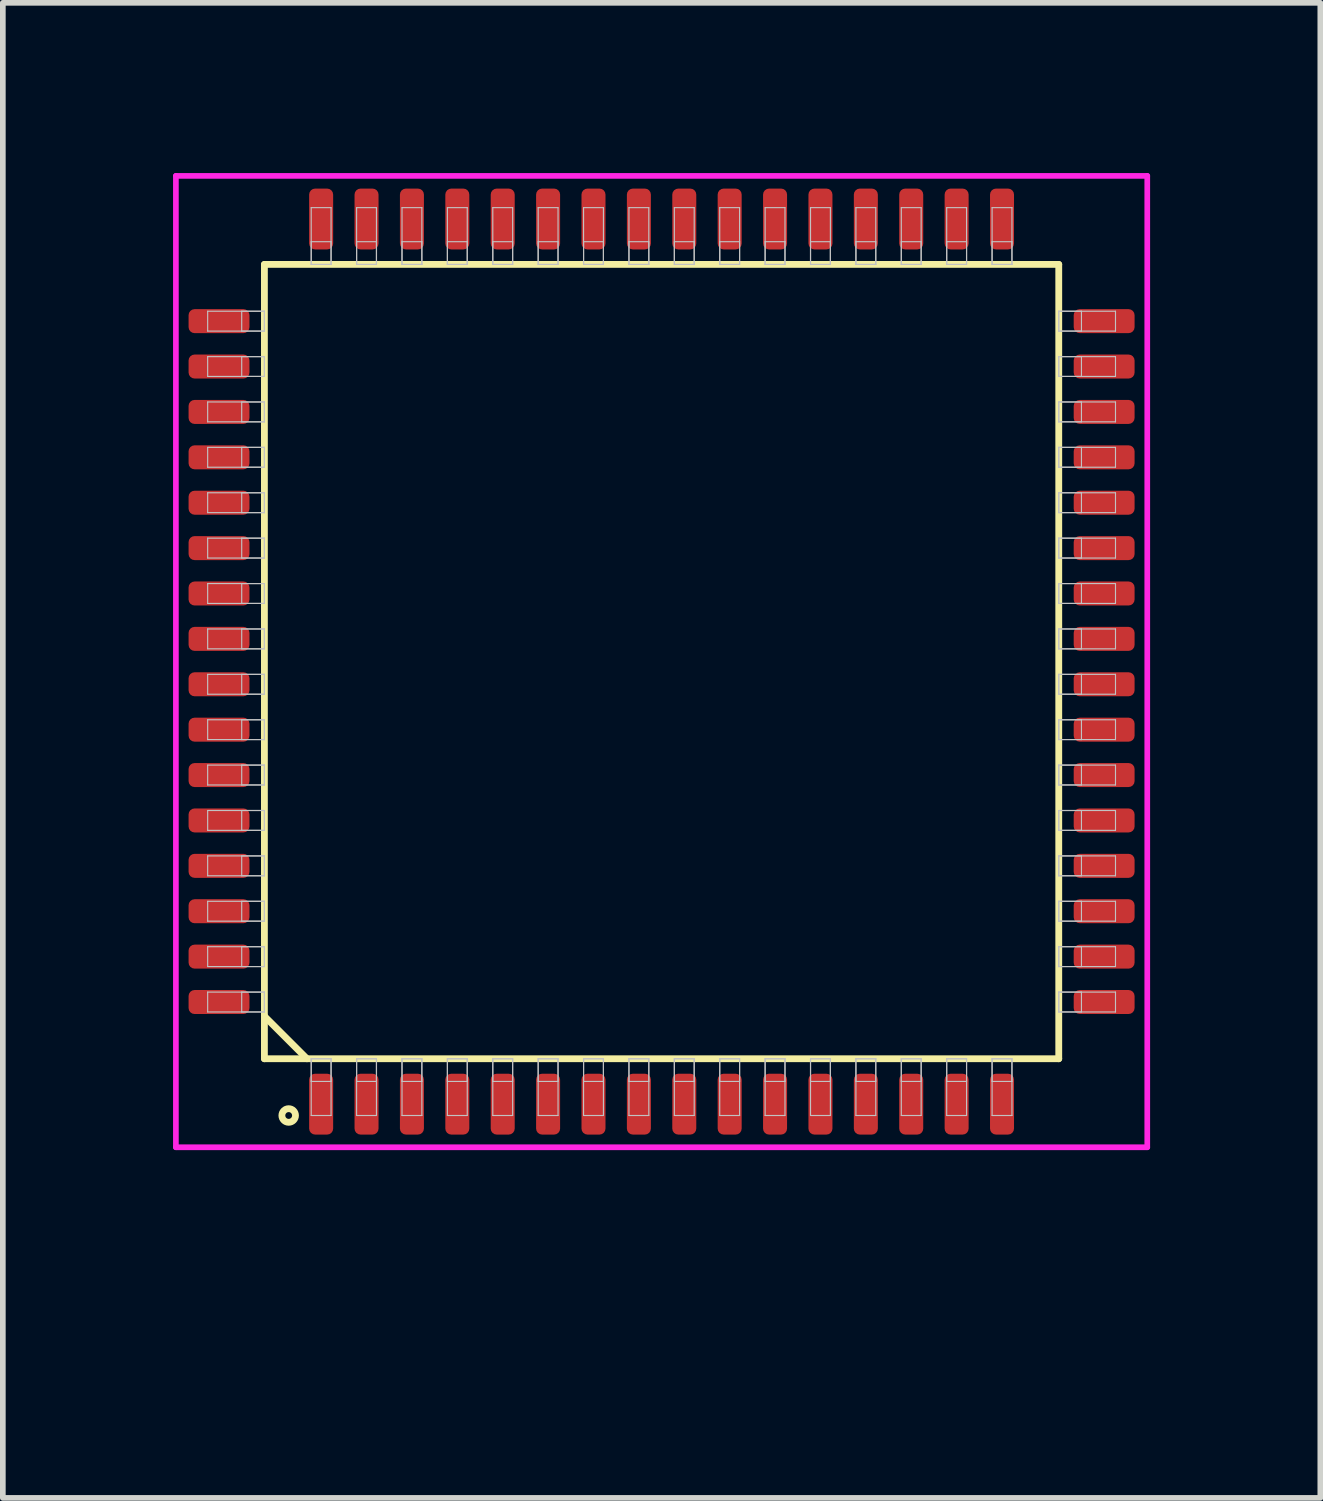
<source format=kicad_pcb>
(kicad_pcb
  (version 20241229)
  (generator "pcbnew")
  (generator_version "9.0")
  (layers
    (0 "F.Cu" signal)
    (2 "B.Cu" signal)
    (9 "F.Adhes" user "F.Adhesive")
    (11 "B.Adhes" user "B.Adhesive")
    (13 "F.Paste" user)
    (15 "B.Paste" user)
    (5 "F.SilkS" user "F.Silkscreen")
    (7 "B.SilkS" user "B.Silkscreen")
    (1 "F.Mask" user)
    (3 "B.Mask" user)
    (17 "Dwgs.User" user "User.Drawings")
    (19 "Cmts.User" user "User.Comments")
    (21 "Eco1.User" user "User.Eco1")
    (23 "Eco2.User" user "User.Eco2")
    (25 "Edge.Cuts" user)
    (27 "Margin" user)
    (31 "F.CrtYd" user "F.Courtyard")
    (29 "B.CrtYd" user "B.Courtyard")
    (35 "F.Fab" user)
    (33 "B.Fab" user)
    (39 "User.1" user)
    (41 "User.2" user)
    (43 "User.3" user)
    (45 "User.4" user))
  (footprint "QFP80P1400x1600-64"
    (layer "F.Cu")
    (at 8.61 8.61)
    (property "Reference" "QFP80P1400x1600-64" (at -3.5 3 90) (layer "User.1") (effects (font (size 1 1) (thickness 0.1))))
    (attr through_hole)
    (fp_line (start -7 -7) (end -7 7) (stroke (width 0.12) (type solid)) (layer "F.SilkS"))
    (fp_line (start -7 6.25) (end -6.25 7) (stroke (width 0.12) (type solid)) (layer "F.SilkS"))
    (fp_line (start -7 7) (end 7 7) (stroke (width 0.12) (type solid)) (layer "F.SilkS"))
    (fp_line (start 7 -7) (end -7 -7) (stroke (width 0.12) (type solid)) (layer "F.SilkS"))
    (fp_line (start 7 7) (end 7 -7) (stroke (width 0.12) (type solid)) (layer "F.SilkS"))
    (fp_circle (center -6.572 8) (end -6.452 8) (stroke (width 0.12) (type solid)) (fill no) (layer "F.SilkS"))
    (fp_line (start -8 -6.175) (end -8 -5.825) (stroke (width 0.02) (type solid)) (layer "Dwgs.User"))
    (fp_line (start -8 -5.825) (end -7 -5.825) (stroke (width 0.02) (type solid)) (layer "Dwgs.User"))
    (fp_line (start -8 -5.375) (end -8 -5.025) (stroke (width 0.02) (type solid)) (layer "Dwgs.User"))
    (fp_line (start -8 -5.025) (end -7 -5.025) (stroke (width 0.02) (type solid)) (layer "Dwgs.User"))
    (fp_line (start -8 -4.575) (end -8 -4.225) (stroke (width 0.02) (type solid)) (layer "Dwgs.User"))
    (fp_line (start -8 -4.225) (end -7 -4.225) (stroke (width 0.02) (type solid)) (layer "Dwgs.User"))
    (fp_line (start -8 -3.775) (end -8 -3.425) (stroke (width 0.02) (type solid)) (layer "Dwgs.User"))
    (fp_line (start -8 -3.425) (end -7 -3.425) (stroke (width 0.02) (type solid)) (layer "Dwgs.User"))
    (fp_line (start -8 -2.975) (end -8 -2.625) (stroke (width 0.02) (type solid)) (layer "Dwgs.User"))
    (fp_line (start -8 -2.625) (end -7 -2.625) (stroke (width 0.02) (type solid)) (layer "Dwgs.User"))
    (fp_line (start -8 -2.175) (end -8 -1.825) (stroke (width 0.02) (type solid)) (layer "Dwgs.User"))
    (fp_line (start -8 -1.825) (end -7 -1.825) (stroke (width 0.02) (type solid)) (layer "Dwgs.User"))
    (fp_line (start -8 -1.375) (end -8 -1.025) (stroke (width 0.02) (type solid)) (layer "Dwgs.User"))
    (fp_line (start -8 -1.025) (end -7 -1.025) (stroke (width 0.02) (type solid)) (layer "Dwgs.User"))
    (fp_line (start -8 -0.575) (end -8 -0.225) (stroke (width 0.02) (type solid)) (layer "Dwgs.User"))
    (fp_line (start -8 -0.225) (end -7 -0.225) (stroke (width 0.02) (type solid)) (layer "Dwgs.User"))
    (fp_line (start -8 0.225) (end -8 0.575) (stroke (width 0.02) (type solid)) (layer "Dwgs.User"))
    (fp_line (start -8 0.575) (end -7 0.575) (stroke (width 0.02) (type solid)) (layer "Dwgs.User"))
    (fp_line (start -8 1.025) (end -8 1.375) (stroke (width 0.02) (type solid)) (layer "Dwgs.User"))
    (fp_line (start -8 1.375) (end -7 1.375) (stroke (width 0.02) (type solid)) (layer "Dwgs.User"))
    (fp_line (start -8 1.825) (end -8 2.175) (stroke (width 0.02) (type solid)) (layer "Dwgs.User"))
    (fp_line (start -8 2.175) (end -7 2.175) (stroke (width 0.02) (type solid)) (layer "Dwgs.User"))
    (fp_line (start -8 2.625) (end -8 2.975) (stroke (width 0.02) (type solid)) (layer "Dwgs.User"))
    (fp_line (start -8 2.975) (end -7 2.975) (stroke (width 0.02) (type solid)) (layer "Dwgs.User"))
    (fp_line (start -8 3.425) (end -8 3.775) (stroke (width 0.02) (type solid)) (layer "Dwgs.User"))
    (fp_line (start -8 3.775) (end -7 3.775) (stroke (width 0.02) (type solid)) (layer "Dwgs.User"))
    (fp_line (start -8 4.225) (end -8 4.575) (stroke (width 0.02) (type solid)) (layer "Dwgs.User"))
    (fp_line (start -8 4.575) (end -7 4.575) (stroke (width 0.02) (type solid)) (layer "Dwgs.User"))
    (fp_line (start -8 5.025) (end -8 5.375) (stroke (width 0.02) (type solid)) (layer "Dwgs.User"))
    (fp_line (start -8 5.375) (end -7 5.375) (stroke (width 0.02) (type solid)) (layer "Dwgs.User"))
    (fp_line (start -8 5.825) (end -8 6.175) (stroke (width 0.02) (type solid)) (layer "Dwgs.User"))
    (fp_line (start -8 6.175) (end -7 6.175) (stroke (width 0.02) (type solid)) (layer "Dwgs.User"))
    (fp_line (start -7.4 -6.175) (end -7.4 -5.825) (stroke (width 0.02) (type solid)) (layer "Dwgs.User"))
    (fp_line (start -7.4 -5.825) (end -7 -5.825) (stroke (width 0.02) (type solid)) (layer "Dwgs.User"))
    (fp_line (start -7.4 -5.375) (end -7.4 -5.025) (stroke (width 0.02) (type solid)) (layer "Dwgs.User"))
    (fp_line (start -7.4 -5.025) (end -7 -5.025) (stroke (width 0.02) (type solid)) (layer "Dwgs.User"))
    (fp_line (start -7.4 -4.575) (end -7.4 -4.225) (stroke (width 0.02) (type solid)) (layer "Dwgs.User"))
    (fp_line (start -7.4 -4.225) (end -7 -4.225) (stroke (width 0.02) (type solid)) (layer "Dwgs.User"))
    (fp_line (start -7.4 -3.775) (end -7.4 -3.425) (stroke (width 0.02) (type solid)) (layer "Dwgs.User"))
    (fp_line (start -7.4 -3.425) (end -7 -3.425) (stroke (width 0.02) (type solid)) (layer "Dwgs.User"))
    (fp_line (start -7.4 -2.975) (end -7.4 -2.625) (stroke (width 0.02) (type solid)) (layer "Dwgs.User"))
    (fp_line (start -7.4 -2.625) (end -7 -2.625) (stroke (width 0.02) (type solid)) (layer "Dwgs.User"))
    (fp_line (start -7.4 -2.175) (end -7.4 -1.825) (stroke (width 0.02) (type solid)) (layer "Dwgs.User"))
    (fp_line (start -7.4 -1.825) (end -7 -1.825) (stroke (width 0.02) (type solid)) (layer "Dwgs.User"))
    (fp_line (start -7.4 -1.375) (end -7.4 -1.025) (stroke (width 0.02) (type solid)) (layer "Dwgs.User"))
    (fp_line (start -7.4 -1.025) (end -7 -1.025) (stroke (width 0.02) (type solid)) (layer "Dwgs.User"))
    (fp_line (start -7.4 -0.575) (end -7.4 -0.225) (stroke (width 0.02) (type solid)) (layer "Dwgs.User"))
    (fp_line (start -7.4 -0.225) (end -7 -0.225) (stroke (width 0.02) (type solid)) (layer "Dwgs.User"))
    (fp_line (start -7.4 0.225) (end -7.4 0.575) (stroke (width 0.02) (type solid)) (layer "Dwgs.User"))
    (fp_line (start -7.4 0.575) (end -7 0.575) (stroke (width 0.02) (type solid)) (layer "Dwgs.User"))
    (fp_line (start -7.4 1.025) (end -7.4 1.375) (stroke (width 0.02) (type solid)) (layer "Dwgs.User"))
    (fp_line (start -7.4 1.375) (end -7 1.375) (stroke (width 0.02) (type solid)) (layer "Dwgs.User"))
    (fp_line (start -7.4 1.825) (end -7.4 2.175) (stroke (width 0.02) (type solid)) (layer "Dwgs.User"))
    (fp_line (start -7.4 2.175) (end -7 2.175) (stroke (width 0.02) (type solid)) (layer "Dwgs.User"))
    (fp_line (start -7.4 2.625) (end -7.4 2.975) (stroke (width 0.02) (type solid)) (layer "Dwgs.User"))
    (fp_line (start -7.4 2.975) (end -7 2.975) (stroke (width 0.02) (type solid)) (layer "Dwgs.User"))
    (fp_line (start -7.4 3.425) (end -7.4 3.775) (stroke (width 0.02) (type solid)) (layer "Dwgs.User"))
    (fp_line (start -7.4 3.775) (end -7 3.775) (stroke (width 0.02) (type solid)) (layer "Dwgs.User"))
    (fp_line (start -7.4 4.225) (end -7.4 4.575) (stroke (width 0.02) (type solid)) (layer "Dwgs.User"))
    (fp_line (start -7.4 4.575) (end -7 4.575) (stroke (width 0.02) (type solid)) (layer "Dwgs.User"))
    (fp_line (start -7.4 5.025) (end -7.4 5.375) (stroke (width 0.02) (type solid)) (layer "Dwgs.User"))
    (fp_line (start -7.4 5.375) (end -7 5.375) (stroke (width 0.02) (type solid)) (layer "Dwgs.User"))
    (fp_line (start -7.4 5.825) (end -7.4 6.175) (stroke (width 0.02) (type solid)) (layer "Dwgs.User"))
    (fp_line (start -7.4 6.175) (end -7 6.175) (stroke (width 0.02) (type solid)) (layer "Dwgs.User"))
    (fp_line (start -7 -6.175) (end -8 -6.175) (stroke (width 0.02) (type solid)) (layer "Dwgs.User"))
    (fp_line (start -7 -6.175) (end -7.4 -6.175) (stroke (width 0.02) (type solid)) (layer "Dwgs.User"))
    (fp_line (start -7 -5.825) (end -7 -6.175) (stroke (width 0.02) (type solid)) (layer "Dwgs.User"))
    (fp_line (start -7 -5.825) (end -7 -6.175) (stroke (width 0.02) (type solid)) (layer "Dwgs.User"))
    (fp_line (start -7 -5.375) (end -8 -5.375) (stroke (width 0.02) (type solid)) (layer "Dwgs.User"))
    (fp_line (start -7 -5.375) (end -7.4 -5.375) (stroke (width 0.02) (type solid)) (layer "Dwgs.User"))
    (fp_line (start -7 -5.025) (end -7 -5.375) (stroke (width 0.02) (type solid)) (layer "Dwgs.User"))
    (fp_line (start -7 -5.025) (end -7 -5.375) (stroke (width 0.02) (type solid)) (layer "Dwgs.User"))
    (fp_line (start -7 -4.575) (end -8 -4.575) (stroke (width 0.02) (type solid)) (layer "Dwgs.User"))
    (fp_line (start -7 -4.575) (end -7.4 -4.575) (stroke (width 0.02) (type solid)) (layer "Dwgs.User"))
    (fp_line (start -7 -4.225) (end -7 -4.575) (stroke (width 0.02) (type solid)) (layer "Dwgs.User"))
    (fp_line (start -7 -4.225) (end -7 -4.575) (stroke (width 0.02) (type solid)) (layer "Dwgs.User"))
    (fp_line (start -7 -3.775) (end -8 -3.775) (stroke (width 0.02) (type solid)) (layer "Dwgs.User"))
    (fp_line (start -7 -3.775) (end -7.4 -3.775) (stroke (width 0.02) (type solid)) (layer "Dwgs.User"))
    (fp_line (start -7 -3.425) (end -7 -3.775) (stroke (width 0.02) (type solid)) (layer "Dwgs.User"))
    (fp_line (start -7 -3.425) (end -7 -3.775) (stroke (width 0.02) (type solid)) (layer "Dwgs.User"))
    (fp_line (start -7 -2.975) (end -8 -2.975) (stroke (width 0.02) (type solid)) (layer "Dwgs.User"))
    (fp_line (start -7 -2.975) (end -7.4 -2.975) (stroke (width 0.02) (type solid)) (layer "Dwgs.User"))
    (fp_line (start -7 -2.625) (end -7 -2.975) (stroke (width 0.02) (type solid)) (layer "Dwgs.User"))
    (fp_line (start -7 -2.625) (end -7 -2.975) (stroke (width 0.02) (type solid)) (layer "Dwgs.User"))
    (fp_line (start -7 -2.175) (end -8 -2.175) (stroke (width 0.02) (type solid)) (layer "Dwgs.User"))
    (fp_line (start -7 -2.175) (end -7.4 -2.175) (stroke (width 0.02) (type solid)) (layer "Dwgs.User"))
    (fp_line (start -7 -1.825) (end -7 -2.175) (stroke (width 0.02) (type solid)) (layer "Dwgs.User"))
    (fp_line (start -7 -1.825) (end -7 -2.175) (stroke (width 0.02) (type solid)) (layer "Dwgs.User"))
    (fp_line (start -7 -1.375) (end -8 -1.375) (stroke (width 0.02) (type solid)) (layer "Dwgs.User"))
    (fp_line (start -7 -1.375) (end -7.4 -1.375) (stroke (width 0.02) (type solid)) (layer "Dwgs.User"))
    (fp_line (start -7 -1.025) (end -7 -1.375) (stroke (width 0.02) (type solid)) (layer "Dwgs.User"))
    (fp_line (start -7 -1.025) (end -7 -1.375) (stroke (width 0.02) (type solid)) (layer "Dwgs.User"))
    (fp_line (start -7 -0.575) (end -8 -0.575) (stroke (width 0.02) (type solid)) (layer "Dwgs.User"))
    (fp_line (start -7 -0.575) (end -7.4 -0.575) (stroke (width 0.02) (type solid)) (layer "Dwgs.User"))
    (fp_line (start -7 -0.225) (end -7 -0.575) (stroke (width 0.02) (type solid)) (layer "Dwgs.User"))
    (fp_line (start -7 -0.225) (end -7 -0.575) (stroke (width 0.02) (type solid)) (layer "Dwgs.User"))
    (fp_line (start -7 0.225) (end -8 0.225) (stroke (width 0.02) (type solid)) (layer "Dwgs.User"))
    (fp_line (start -7 0.225) (end -7.4 0.225) (stroke (width 0.02) (type solid)) (layer "Dwgs.User"))
    (fp_line (start -7 0.575) (end -7 0.225) (stroke (width 0.02) (type solid)) (layer "Dwgs.User"))
    (fp_line (start -7 0.575) (end -7 0.225) (stroke (width 0.02) (type solid)) (layer "Dwgs.User"))
    (fp_line (start -7 1.025) (end -8 1.025) (stroke (width 0.02) (type solid)) (layer "Dwgs.User"))
    (fp_line (start -7 1.025) (end -7.4 1.025) (stroke (width 0.02) (type solid)) (layer "Dwgs.User"))
    (fp_line (start -7 1.375) (end -7 1.025) (stroke (width 0.02) (type solid)) (layer "Dwgs.User"))
    (fp_line (start -7 1.375) (end -7 1.025) (stroke (width 0.02) (type solid)) (layer "Dwgs.User"))
    (fp_line (start -7 1.825) (end -8 1.825) (stroke (width 0.02) (type solid)) (layer "Dwgs.User"))
    (fp_line (start -7 1.825) (end -7.4 1.825) (stroke (width 0.02) (type solid)) (layer "Dwgs.User"))
    (fp_line (start -7 2.175) (end -7 1.825) (stroke (width 0.02) (type solid)) (layer "Dwgs.User"))
    (fp_line (start -7 2.175) (end -7 1.825) (stroke (width 0.02) (type solid)) (layer "Dwgs.User"))
    (fp_line (start -7 2.625) (end -8 2.625) (stroke (width 0.02) (type solid)) (layer "Dwgs.User"))
    (fp_line (start -7 2.625) (end -7.4 2.625) (stroke (width 0.02) (type solid)) (layer "Dwgs.User"))
    (fp_line (start -7 2.975) (end -7 2.625) (stroke (width 0.02) (type solid)) (layer "Dwgs.User"))
    (fp_line (start -7 2.975) (end -7 2.625) (stroke (width 0.02) (type solid)) (layer "Dwgs.User"))
    (fp_line (start -7 3.425) (end -8 3.425) (stroke (width 0.02) (type solid)) (layer "Dwgs.User"))
    (fp_line (start -7 3.425) (end -7.4 3.425) (stroke (width 0.02) (type solid)) (layer "Dwgs.User"))
    (fp_line (start -7 3.775) (end -7 3.425) (stroke (width 0.02) (type solid)) (layer "Dwgs.User"))
    (fp_line (start -7 3.775) (end -7 3.425) (stroke (width 0.02) (type solid)) (layer "Dwgs.User"))
    (fp_line (start -7 4.225) (end -8 4.225) (stroke (width 0.02) (type solid)) (layer "Dwgs.User"))
    (fp_line (start -7 4.225) (end -7.4 4.225) (stroke (width 0.02) (type solid)) (layer "Dwgs.User"))
    (fp_line (start -7 4.575) (end -7 4.225) (stroke (width 0.02) (type solid)) (layer "Dwgs.User"))
    (fp_line (start -7 4.575) (end -7 4.225) (stroke (width 0.02) (type solid)) (layer "Dwgs.User"))
    (fp_line (start -7 5.025) (end -8 5.025) (stroke (width 0.02) (type solid)) (layer "Dwgs.User"))
    (fp_line (start -7 5.025) (end -7.4 5.025) (stroke (width 0.02) (type solid)) (layer "Dwgs.User"))
    (fp_line (start -7 5.375) (end -7 5.025) (stroke (width 0.02) (type solid)) (layer "Dwgs.User"))
    (fp_line (start -7 5.375) (end -7 5.025) (stroke (width 0.02) (type solid)) (layer "Dwgs.User"))
    (fp_line (start -7 5.825) (end -8 5.825) (stroke (width 0.02) (type solid)) (layer "Dwgs.User"))
    (fp_line (start -7 5.825) (end -7.4 5.825) (stroke (width 0.02) (type solid)) (layer "Dwgs.User"))
    (fp_line (start -7 6.175) (end -7 5.825) (stroke (width 0.02) (type solid)) (layer "Dwgs.User"))
    (fp_line (start -7 6.175) (end -7 5.825) (stroke (width 0.02) (type solid)) (layer "Dwgs.User"))
    (fp_line (start -6.175 -8) (end -6.175 -7) (stroke (width 0.02) (type solid)) (layer "Dwgs.User"))
    (fp_line (start -6.175 -7.4) (end -6.175 -7) (stroke (width 0.02) (type solid)) (layer "Dwgs.User"))
    (fp_line (start -6.175 -7) (end -5.825 -7) (stroke (width 0.02) (type solid)) (layer "Dwgs.User"))
    (fp_line (start -6.175 -7) (end -5.825 -7) (stroke (width 0.02) (type solid)) (layer "Dwgs.User"))
    (fp_line (start -6.175 7) (end -5.825 7) (stroke (width 0.02) (type solid)) (layer "Dwgs.User"))
    (fp_line (start -6.175 7) (end -5.825 7) (stroke (width 0.02) (type solid)) (layer "Dwgs.User"))
    (fp_line (start -6.175 7.4) (end -6.175 7) (stroke (width 0.02) (type solid)) (layer "Dwgs.User"))
    (fp_line (start -6.175 8) (end -6.175 7) (stroke (width 0.02) (type solid)) (layer "Dwgs.User"))
    (fp_line (start -5.825 -8) (end -6.175 -8) (stroke (width 0.02) (type solid)) (layer "Dwgs.User"))
    (fp_line (start -5.825 -7.4) (end -6.175 -7.4) (stroke (width 0.02) (type solid)) (layer "Dwgs.User"))
    (fp_line (start -5.825 -7) (end -5.825 -8) (stroke (width 0.02) (type solid)) (layer "Dwgs.User"))
    (fp_line (start -5.825 -7) (end -5.825 -7.4) (stroke (width 0.02) (type solid)) (layer "Dwgs.User"))
    (fp_line (start -5.825 7) (end -5.825 7.4) (stroke (width 0.02) (type solid)) (layer "Dwgs.User"))
    (fp_line (start -5.825 7) (end -5.825 8) (stroke (width 0.02) (type solid)) (layer "Dwgs.User"))
    (fp_line (start -5.825 7.4) (end -6.175 7.4) (stroke (width 0.02) (type solid)) (layer "Dwgs.User"))
    (fp_line (start -5.825 8) (end -6.175 8) (stroke (width 0.02) (type solid)) (layer "Dwgs.User"))
    (fp_line (start -5.375 -8) (end -5.375 -7) (stroke (width 0.02) (type solid)) (layer "Dwgs.User"))
    (fp_line (start -5.375 -7.4) (end -5.375 -7) (stroke (width 0.02) (type solid)) (layer "Dwgs.User"))
    (fp_line (start -5.375 -7) (end -5.025 -7) (stroke (width 0.02) (type solid)) (layer "Dwgs.User"))
    (fp_line (start -5.375 -7) (end -5.025 -7) (stroke (width 0.02) (type solid)) (layer "Dwgs.User"))
    (fp_line (start -5.375 7) (end -5.025 7) (stroke (width 0.02) (type solid)) (layer "Dwgs.User"))
    (fp_line (start -5.375 7) (end -5.025 7) (stroke (width 0.02) (type solid)) (layer "Dwgs.User"))
    (fp_line (start -5.375 7.4) (end -5.375 7) (stroke (width 0.02) (type solid)) (layer "Dwgs.User"))
    (fp_line (start -5.375 8) (end -5.375 7) (stroke (width 0.02) (type solid)) (layer "Dwgs.User"))
    (fp_line (start -5.025 -8) (end -5.375 -8) (stroke (width 0.02) (type solid)) (layer "Dwgs.User"))
    (fp_line (start -5.025 -7.4) (end -5.375 -7.4) (stroke (width 0.02) (type solid)) (layer "Dwgs.User"))
    (fp_line (start -5.025 -7) (end -5.025 -8) (stroke (width 0.02) (type solid)) (layer "Dwgs.User"))
    (fp_line (start -5.025 -7) (end -5.025 -7.4) (stroke (width 0.02) (type solid)) (layer "Dwgs.User"))
    (fp_line (start -5.025 7) (end -5.025 7.4) (stroke (width 0.02) (type solid)) (layer "Dwgs.User"))
    (fp_line (start -5.025 7) (end -5.025 8) (stroke (width 0.02) (type solid)) (layer "Dwgs.User"))
    (fp_line (start -5.025 7.4) (end -5.375 7.4) (stroke (width 0.02) (type solid)) (layer "Dwgs.User"))
    (fp_line (start -5.025 8) (end -5.375 8) (stroke (width 0.02) (type solid)) (layer "Dwgs.User"))
    (fp_line (start -4.575 -8) (end -4.575 -7) (stroke (width 0.02) (type solid)) (layer "Dwgs.User"))
    (fp_line (start -4.575 -7.4) (end -4.575 -7) (stroke (width 0.02) (type solid)) (layer "Dwgs.User"))
    (fp_line (start -4.575 -7) (end -4.225 -7) (stroke (width 0.02) (type solid)) (layer "Dwgs.User"))
    (fp_line (start -4.575 -7) (end -4.225 -7) (stroke (width 0.02) (type solid)) (layer "Dwgs.User"))
    (fp_line (start -4.575 7) (end -4.225 7) (stroke (width 0.02) (type solid)) (layer "Dwgs.User"))
    (fp_line (start -4.575 7) (end -4.225 7) (stroke (width 0.02) (type solid)) (layer "Dwgs.User"))
    (fp_line (start -4.575 7.4) (end -4.575 7) (stroke (width 0.02) (type solid)) (layer "Dwgs.User"))
    (fp_line (start -4.575 8) (end -4.575 7) (stroke (width 0.02) (type solid)) (layer "Dwgs.User"))
    (fp_line (start -4.225 -8) (end -4.575 -8) (stroke (width 0.02) (type solid)) (layer "Dwgs.User"))
    (fp_line (start -4.225 -7.4) (end -4.575 -7.4) (stroke (width 0.02) (type solid)) (layer "Dwgs.User"))
    (fp_line (start -4.225 -7) (end -4.225 -8) (stroke (width 0.02) (type solid)) (layer "Dwgs.User"))
    (fp_line (start -4.225 -7) (end -4.225 -7.4) (stroke (width 0.02) (type solid)) (layer "Dwgs.User"))
    (fp_line (start -4.225 7) (end -4.225 7.4) (stroke (width 0.02) (type solid)) (layer "Dwgs.User"))
    (fp_line (start -4.225 7) (end -4.225 8) (stroke (width 0.02) (type solid)) (layer "Dwgs.User"))
    (fp_line (start -4.225 7.4) (end -4.575 7.4) (stroke (width 0.02) (type solid)) (layer "Dwgs.User"))
    (fp_line (start -4.225 8) (end -4.575 8) (stroke (width 0.02) (type solid)) (layer "Dwgs.User"))
    (fp_line (start -3.775 -8) (end -3.775 -7) (stroke (width 0.02) (type solid)) (layer "Dwgs.User"))
    (fp_line (start -3.775 -7.4) (end -3.775 -7) (stroke (width 0.02) (type solid)) (layer "Dwgs.User"))
    (fp_line (start -3.775 -7) (end -3.425 -7) (stroke (width 0.02) (type solid)) (layer "Dwgs.User"))
    (fp_line (start -3.775 -7) (end -3.425 -7) (stroke (width 0.02) (type solid)) (layer "Dwgs.User"))
    (fp_line (start -3.775 7) (end -3.425 7) (stroke (width 0.02) (type solid)) (layer "Dwgs.User"))
    (fp_line (start -3.775 7) (end -3.425 7) (stroke (width 0.02) (type solid)) (layer "Dwgs.User"))
    (fp_line (start -3.775 7.4) (end -3.775 7) (stroke (width 0.02) (type solid)) (layer "Dwgs.User"))
    (fp_line (start -3.775 8) (end -3.775 7) (stroke (width 0.02) (type solid)) (layer "Dwgs.User"))
    (fp_line (start -3.425 -8) (end -3.775 -8) (stroke (width 0.02) (type solid)) (layer "Dwgs.User"))
    (fp_line (start -3.425 -7.4) (end -3.775 -7.4) (stroke (width 0.02) (type solid)) (layer "Dwgs.User"))
    (fp_line (start -3.425 -7) (end -3.425 -8) (stroke (width 0.02) (type solid)) (layer "Dwgs.User"))
    (fp_line (start -3.425 -7) (end -3.425 -7.4) (stroke (width 0.02) (type solid)) (layer "Dwgs.User"))
    (fp_line (start -3.425 7) (end -3.425 7.4) (stroke (width 0.02) (type solid)) (layer "Dwgs.User"))
    (fp_line (start -3.425 7) (end -3.425 8) (stroke (width 0.02) (type solid)) (layer "Dwgs.User"))
    (fp_line (start -3.425 7.4) (end -3.775 7.4) (stroke (width 0.02) (type solid)) (layer "Dwgs.User"))
    (fp_line (start -3.425 8) (end -3.775 8) (stroke (width 0.02) (type solid)) (layer "Dwgs.User"))
    (fp_line (start -2.975 -8) (end -2.975 -7) (stroke (width 0.02) (type solid)) (layer "Dwgs.User"))
    (fp_line (start -2.975 -7.4) (end -2.975 -7) (stroke (width 0.02) (type solid)) (layer "Dwgs.User"))
    (fp_line (start -2.975 -7) (end -2.625 -7) (stroke (width 0.02) (type solid)) (layer "Dwgs.User"))
    (fp_line (start -2.975 -7) (end -2.625 -7) (stroke (width 0.02) (type solid)) (layer "Dwgs.User"))
    (fp_line (start -2.975 7) (end -2.625 7) (stroke (width 0.02) (type solid)) (layer "Dwgs.User"))
    (fp_line (start -2.975 7) (end -2.625 7) (stroke (width 0.02) (type solid)) (layer "Dwgs.User"))
    (fp_line (start -2.975 7.4) (end -2.975 7) (stroke (width 0.02) (type solid)) (layer "Dwgs.User"))
    (fp_line (start -2.975 8) (end -2.975 7) (stroke (width 0.02) (type solid)) (layer "Dwgs.User"))
    (fp_line (start -2.625 -8) (end -2.975 -8) (stroke (width 0.02) (type solid)) (layer "Dwgs.User"))
    (fp_line (start -2.625 -7.4) (end -2.975 -7.4) (stroke (width 0.02) (type solid)) (layer "Dwgs.User"))
    (fp_line (start -2.625 -7) (end -2.625 -8) (stroke (width 0.02) (type solid)) (layer "Dwgs.User"))
    (fp_line (start -2.625 -7) (end -2.625 -7.4) (stroke (width 0.02) (type solid)) (layer "Dwgs.User"))
    (fp_line (start -2.625 7) (end -2.625 7.4) (stroke (width 0.02) (type solid)) (layer "Dwgs.User"))
    (fp_line (start -2.625 7) (end -2.625 8) (stroke (width 0.02) (type solid)) (layer "Dwgs.User"))
    (fp_line (start -2.625 7.4) (end -2.975 7.4) (stroke (width 0.02) (type solid)) (layer "Dwgs.User"))
    (fp_line (start -2.625 8) (end -2.975 8) (stroke (width 0.02) (type solid)) (layer "Dwgs.User"))
    (fp_line (start -2.175 -8) (end -2.175 -7) (stroke (width 0.02) (type solid)) (layer "Dwgs.User"))
    (fp_line (start -2.175 -7.4) (end -2.175 -7) (stroke (width 0.02) (type solid)) (layer "Dwgs.User"))
    (fp_line (start -2.175 -7) (end -1.825 -7) (stroke (width 0.02) (type solid)) (layer "Dwgs.User"))
    (fp_line (start -2.175 -7) (end -1.825 -7) (stroke (width 0.02) (type solid)) (layer "Dwgs.User"))
    (fp_line (start -2.175 7) (end -1.825 7) (stroke (width 0.02) (type solid)) (layer "Dwgs.User"))
    (fp_line (start -2.175 7) (end -1.825 7) (stroke (width 0.02) (type solid)) (layer "Dwgs.User"))
    (fp_line (start -2.175 7.4) (end -2.175 7) (stroke (width 0.02) (type solid)) (layer "Dwgs.User"))
    (fp_line (start -2.175 8) (end -2.175 7) (stroke (width 0.02) (type solid)) (layer "Dwgs.User"))
    (fp_line (start -1.825 -8) (end -2.175 -8) (stroke (width 0.02) (type solid)) (layer "Dwgs.User"))
    (fp_line (start -1.825 -7.4) (end -2.175 -7.4) (stroke (width 0.02) (type solid)) (layer "Dwgs.User"))
    (fp_line (start -1.825 -7) (end -1.825 -8) (stroke (width 0.02) (type solid)) (layer "Dwgs.User"))
    (fp_line (start -1.825 -7) (end -1.825 -7.4) (stroke (width 0.02) (type solid)) (layer "Dwgs.User"))
    (fp_line (start -1.825 7) (end -1.825 7.4) (stroke (width 0.02) (type solid)) (layer "Dwgs.User"))
    (fp_line (start -1.825 7) (end -1.825 8) (stroke (width 0.02) (type solid)) (layer "Dwgs.User"))
    (fp_line (start -1.825 7.4) (end -2.175 7.4) (stroke (width 0.02) (type solid)) (layer "Dwgs.User"))
    (fp_line (start -1.825 8) (end -2.175 8) (stroke (width 0.02) (type solid)) (layer "Dwgs.User"))
    (fp_line (start -1.375 -8) (end -1.375 -7) (stroke (width 0.02) (type solid)) (layer "Dwgs.User"))
    (fp_line (start -1.375 -7.4) (end -1.375 -7) (stroke (width 0.02) (type solid)) (layer "Dwgs.User"))
    (fp_line (start -1.375 -7) (end -1.025 -7) (stroke (width 0.02) (type solid)) (layer "Dwgs.User"))
    (fp_line (start -1.375 -7) (end -1.025 -7) (stroke (width 0.02) (type solid)) (layer "Dwgs.User"))
    (fp_line (start -1.375 7) (end -1.025 7) (stroke (width 0.02) (type solid)) (layer "Dwgs.User"))
    (fp_line (start -1.375 7) (end -1.025 7) (stroke (width 0.02) (type solid)) (layer "Dwgs.User"))
    (fp_line (start -1.375 7.4) (end -1.375 7) (stroke (width 0.02) (type solid)) (layer "Dwgs.User"))
    (fp_line (start -1.375 8) (end -1.375 7) (stroke (width 0.02) (type solid)) (layer "Dwgs.User"))
    (fp_line (start -1.025 -8) (end -1.375 -8) (stroke (width 0.02) (type solid)) (layer "Dwgs.User"))
    (fp_line (start -1.025 -7.4) (end -1.375 -7.4) (stroke (width 0.02) (type solid)) (layer "Dwgs.User"))
    (fp_line (start -1.025 -7) (end -1.025 -8) (stroke (width 0.02) (type solid)) (layer "Dwgs.User"))
    (fp_line (start -1.025 -7) (end -1.025 -7.4) (stroke (width 0.02) (type solid)) (layer "Dwgs.User"))
    (fp_line (start -1.025 7) (end -1.025 7.4) (stroke (width 0.02) (type solid)) (layer "Dwgs.User"))
    (fp_line (start -1.025 7) (end -1.025 8) (stroke (width 0.02) (type solid)) (layer "Dwgs.User"))
    (fp_line (start -1.025 7.4) (end -1.375 7.4) (stroke (width 0.02) (type solid)) (layer "Dwgs.User"))
    (fp_line (start -1.025 8) (end -1.375 8) (stroke (width 0.02) (type solid)) (layer "Dwgs.User"))
    (fp_line (start -0.575 -8) (end -0.575 -7) (stroke (width 0.02) (type solid)) (layer "Dwgs.User"))
    (fp_line (start -0.575 -7.4) (end -0.575 -7) (stroke (width 0.02) (type solid)) (layer "Dwgs.User"))
    (fp_line (start -0.575 -7) (end -0.225 -7) (stroke (width 0.02) (type solid)) (layer "Dwgs.User"))
    (fp_line (start -0.575 -7) (end -0.225 -7) (stroke (width 0.02) (type solid)) (layer "Dwgs.User"))
    (fp_line (start -0.575 7) (end -0.225 7) (stroke (width 0.02) (type solid)) (layer "Dwgs.User"))
    (fp_line (start -0.575 7) (end -0.225 7) (stroke (width 0.02) (type solid)) (layer "Dwgs.User"))
    (fp_line (start -0.575 7.4) (end -0.575 7) (stroke (width 0.02) (type solid)) (layer "Dwgs.User"))
    (fp_line (start -0.575 8) (end -0.575 7) (stroke (width 0.02) (type solid)) (layer "Dwgs.User"))
    (fp_line (start -0.225 -8) (end -0.575 -8) (stroke (width 0.02) (type solid)) (layer "Dwgs.User"))
    (fp_line (start -0.225 -7.4) (end -0.575 -7.4) (stroke (width 0.02) (type solid)) (layer "Dwgs.User"))
    (fp_line (start -0.225 -7) (end -0.225 -8) (stroke (width 0.02) (type solid)) (layer "Dwgs.User"))
    (fp_line (start -0.225 -7) (end -0.225 -7.4) (stroke (width 0.02) (type solid)) (layer "Dwgs.User"))
    (fp_line (start -0.225 7) (end -0.225 7.4) (stroke (width 0.02) (type solid)) (layer "Dwgs.User"))
    (fp_line (start -0.225 7) (end -0.225 8) (stroke (width 0.02) (type solid)) (layer "Dwgs.User"))
    (fp_line (start -0.225 7.4) (end -0.575 7.4) (stroke (width 0.02) (type solid)) (layer "Dwgs.User"))
    (fp_line (start -0.225 8) (end -0.575 8) (stroke (width 0.02) (type solid)) (layer "Dwgs.User"))
    (fp_line (start 0.225 -8) (end 0.225 -7) (stroke (width 0.02) (type solid)) (layer "Dwgs.User"))
    (fp_line (start 0.225 -7.4) (end 0.225 -7) (stroke (width 0.02) (type solid)) (layer "Dwgs.User"))
    (fp_line (start 0.225 -7) (end 0.575 -7) (stroke (width 0.02) (type solid)) (layer "Dwgs.User"))
    (fp_line (start 0.225 -7) (end 0.575 -7) (stroke (width 0.02) (type solid)) (layer "Dwgs.User"))
    (fp_line (start 0.225 7) (end 0.575 7) (stroke (width 0.02) (type solid)) (layer "Dwgs.User"))
    (fp_line (start 0.225 7) (end 0.575 7) (stroke (width 0.02) (type solid)) (layer "Dwgs.User"))
    (fp_line (start 0.225 7.4) (end 0.225 7) (stroke (width 0.02) (type solid)) (layer "Dwgs.User"))
    (fp_line (start 0.225 8) (end 0.225 7) (stroke (width 0.02) (type solid)) (layer "Dwgs.User"))
    (fp_line (start 0.575 -8) (end 0.225 -8) (stroke (width 0.02) (type solid)) (layer "Dwgs.User"))
    (fp_line (start 0.575 -7.4) (end 0.225 -7.4) (stroke (width 0.02) (type solid)) (layer "Dwgs.User"))
    (fp_line (start 0.575 -7) (end 0.575 -8) (stroke (width 0.02) (type solid)) (layer "Dwgs.User"))
    (fp_line (start 0.575 -7) (end 0.575 -7.4) (stroke (width 0.02) (type solid)) (layer "Dwgs.User"))
    (fp_line (start 0.575 7) (end 0.575 7.4) (stroke (width 0.02) (type solid)) (layer "Dwgs.User"))
    (fp_line (start 0.575 7) (end 0.575 8) (stroke (width 0.02) (type solid)) (layer "Dwgs.User"))
    (fp_line (start 0.575 7.4) (end 0.225 7.4) (stroke (width 0.02) (type solid)) (layer "Dwgs.User"))
    (fp_line (start 0.575 8) (end 0.225 8) (stroke (width 0.02) (type solid)) (layer "Dwgs.User"))
    (fp_line (start 1.025 -8) (end 1.025 -7) (stroke (width 0.02) (type solid)) (layer "Dwgs.User"))
    (fp_line (start 1.025 -7.4) (end 1.025 -7) (stroke (width 0.02) (type solid)) (layer "Dwgs.User"))
    (fp_line (start 1.025 -7) (end 1.375 -7) (stroke (width 0.02) (type solid)) (layer "Dwgs.User"))
    (fp_line (start 1.025 -7) (end 1.375 -7) (stroke (width 0.02) (type solid)) (layer "Dwgs.User"))
    (fp_line (start 1.025 7) (end 1.375 7) (stroke (width 0.02) (type solid)) (layer "Dwgs.User"))
    (fp_line (start 1.025 7) (end 1.375 7) (stroke (width 0.02) (type solid)) (layer "Dwgs.User"))
    (fp_line (start 1.025 7.4) (end 1.025 7) (stroke (width 0.02) (type solid)) (layer "Dwgs.User"))
    (fp_line (start 1.025 8) (end 1.025 7) (stroke (width 0.02) (type solid)) (layer "Dwgs.User"))
    (fp_line (start 1.375 -8) (end 1.025 -8) (stroke (width 0.02) (type solid)) (layer "Dwgs.User"))
    (fp_line (start 1.375 -7.4) (end 1.025 -7.4) (stroke (width 0.02) (type solid)) (layer "Dwgs.User"))
    (fp_line (start 1.375 -7) (end 1.375 -8) (stroke (width 0.02) (type solid)) (layer "Dwgs.User"))
    (fp_line (start 1.375 -7) (end 1.375 -7.4) (stroke (width 0.02) (type solid)) (layer "Dwgs.User"))
    (fp_line (start 1.375 7) (end 1.375 7.4) (stroke (width 0.02) (type solid)) (layer "Dwgs.User"))
    (fp_line (start 1.375 7) (end 1.375 8) (stroke (width 0.02) (type solid)) (layer "Dwgs.User"))
    (fp_line (start 1.375 7.4) (end 1.025 7.4) (stroke (width 0.02) (type solid)) (layer "Dwgs.User"))
    (fp_line (start 1.375 8) (end 1.025 8) (stroke (width 0.02) (type solid)) (layer "Dwgs.User"))
    (fp_line (start 1.825 -8) (end 1.825 -7) (stroke (width 0.02) (type solid)) (layer "Dwgs.User"))
    (fp_line (start 1.825 -7.4) (end 1.825 -7) (stroke (width 0.02) (type solid)) (layer "Dwgs.User"))
    (fp_line (start 1.825 -7) (end 2.175 -7) (stroke (width 0.02) (type solid)) (layer "Dwgs.User"))
    (fp_line (start 1.825 -7) (end 2.175 -7) (stroke (width 0.02) (type solid)) (layer "Dwgs.User"))
    (fp_line (start 1.825 7) (end 2.175 7) (stroke (width 0.02) (type solid)) (layer "Dwgs.User"))
    (fp_line (start 1.825 7) (end 2.175 7) (stroke (width 0.02) (type solid)) (layer "Dwgs.User"))
    (fp_line (start 1.825 7.4) (end 1.825 7) (stroke (width 0.02) (type solid)) (layer "Dwgs.User"))
    (fp_line (start 1.825 8) (end 1.825 7) (stroke (width 0.02) (type solid)) (layer "Dwgs.User"))
    (fp_line (start 2.175 -8) (end 1.825 -8) (stroke (width 0.02) (type solid)) (layer "Dwgs.User"))
    (fp_line (start 2.175 -7.4) (end 1.825 -7.4) (stroke (width 0.02) (type solid)) (layer "Dwgs.User"))
    (fp_line (start 2.175 -7) (end 2.175 -8) (stroke (width 0.02) (type solid)) (layer "Dwgs.User"))
    (fp_line (start 2.175 -7) (end 2.175 -7.4) (stroke (width 0.02) (type solid)) (layer "Dwgs.User"))
    (fp_line (start 2.175 7) (end 2.175 7.4) (stroke (width 0.02) (type solid)) (layer "Dwgs.User"))
    (fp_line (start 2.175 7) (end 2.175 8) (stroke (width 0.02) (type solid)) (layer "Dwgs.User"))
    (fp_line (start 2.175 7.4) (end 1.825 7.4) (stroke (width 0.02) (type solid)) (layer "Dwgs.User"))
    (fp_line (start 2.175 8) (end 1.825 8) (stroke (width 0.02) (type solid)) (layer "Dwgs.User"))
    (fp_line (start 2.625 -8) (end 2.625 -7) (stroke (width 0.02) (type solid)) (layer "Dwgs.User"))
    (fp_line (start 2.625 -7.4) (end 2.625 -7) (stroke (width 0.02) (type solid)) (layer "Dwgs.User"))
    (fp_line (start 2.625 -7) (end 2.975 -7) (stroke (width 0.02) (type solid)) (layer "Dwgs.User"))
    (fp_line (start 2.625 -7) (end 2.975 -7) (stroke (width 0.02) (type solid)) (layer "Dwgs.User"))
    (fp_line (start 2.625 7) (end 2.975 7) (stroke (width 0.02) (type solid)) (layer "Dwgs.User"))
    (fp_line (start 2.625 7) (end 2.975 7) (stroke (width 0.02) (type solid)) (layer "Dwgs.User"))
    (fp_line (start 2.625 7.4) (end 2.625 7) (stroke (width 0.02) (type solid)) (layer "Dwgs.User"))
    (fp_line (start 2.625 8) (end 2.625 7) (stroke (width 0.02) (type solid)) (layer "Dwgs.User"))
    (fp_line (start 2.975 -8) (end 2.625 -8) (stroke (width 0.02) (type solid)) (layer "Dwgs.User"))
    (fp_line (start 2.975 -7.4) (end 2.625 -7.4) (stroke (width 0.02) (type solid)) (layer "Dwgs.User"))
    (fp_line (start 2.975 -7) (end 2.975 -8) (stroke (width 0.02) (type solid)) (layer "Dwgs.User"))
    (fp_line (start 2.975 -7) (end 2.975 -7.4) (stroke (width 0.02) (type solid)) (layer "Dwgs.User"))
    (fp_line (start 2.975 7) (end 2.975 7.4) (stroke (width 0.02) (type solid)) (layer "Dwgs.User"))
    (fp_line (start 2.975 7) (end 2.975 8) (stroke (width 0.02) (type solid)) (layer "Dwgs.User"))
    (fp_line (start 2.975 7.4) (end 2.625 7.4) (stroke (width 0.02) (type solid)) (layer "Dwgs.User"))
    (fp_line (start 2.975 8) (end 2.625 8) (stroke (width 0.02) (type solid)) (layer "Dwgs.User"))
    (fp_line (start 3.425 -8) (end 3.425 -7) (stroke (width 0.02) (type solid)) (layer "Dwgs.User"))
    (fp_line (start 3.425 -7.4) (end 3.425 -7) (stroke (width 0.02) (type solid)) (layer "Dwgs.User"))
    (fp_line (start 3.425 -7) (end 3.775 -7) (stroke (width 0.02) (type solid)) (layer "Dwgs.User"))
    (fp_line (start 3.425 -7) (end 3.775 -7) (stroke (width 0.02) (type solid)) (layer "Dwgs.User"))
    (fp_line (start 3.425 7) (end 3.775 7) (stroke (width 0.02) (type solid)) (layer "Dwgs.User"))
    (fp_line (start 3.425 7) (end 3.775 7) (stroke (width 0.02) (type solid)) (layer "Dwgs.User"))
    (fp_line (start 3.425 7.4) (end 3.425 7) (stroke (width 0.02) (type solid)) (layer "Dwgs.User"))
    (fp_line (start 3.425 8) (end 3.425 7) (stroke (width 0.02) (type solid)) (layer "Dwgs.User"))
    (fp_line (start 3.775 -8) (end 3.425 -8) (stroke (width 0.02) (type solid)) (layer "Dwgs.User"))
    (fp_line (start 3.775 -7.4) (end 3.425 -7.4) (stroke (width 0.02) (type solid)) (layer "Dwgs.User"))
    (fp_line (start 3.775 -7) (end 3.775 -8) (stroke (width 0.02) (type solid)) (layer "Dwgs.User"))
    (fp_line (start 3.775 -7) (end 3.775 -7.4) (stroke (width 0.02) (type solid)) (layer "Dwgs.User"))
    (fp_line (start 3.775 7) (end 3.775 7.4) (stroke (width 0.02) (type solid)) (layer "Dwgs.User"))
    (fp_line (start 3.775 7) (end 3.775 8) (stroke (width 0.02) (type solid)) (layer "Dwgs.User"))
    (fp_line (start 3.775 7.4) (end 3.425 7.4) (stroke (width 0.02) (type solid)) (layer "Dwgs.User"))
    (fp_line (start 3.775 8) (end 3.425 8) (stroke (width 0.02) (type solid)) (layer "Dwgs.User"))
    (fp_line (start 4.225 -8) (end 4.225 -7) (stroke (width 0.02) (type solid)) (layer "Dwgs.User"))
    (fp_line (start 4.225 -7.4) (end 4.225 -7) (stroke (width 0.02) (type solid)) (layer "Dwgs.User"))
    (fp_line (start 4.225 -7) (end 4.575 -7) (stroke (width 0.02) (type solid)) (layer "Dwgs.User"))
    (fp_line (start 4.225 -7) (end 4.575 -7) (stroke (width 0.02) (type solid)) (layer "Dwgs.User"))
    (fp_line (start 4.225 7) (end 4.575 7) (stroke (width 0.02) (type solid)) (layer "Dwgs.User"))
    (fp_line (start 4.225 7) (end 4.575 7) (stroke (width 0.02) (type solid)) (layer "Dwgs.User"))
    (fp_line (start 4.225 7.4) (end 4.225 7) (stroke (width 0.02) (type solid)) (layer "Dwgs.User"))
    (fp_line (start 4.225 8) (end 4.225 7) (stroke (width 0.02) (type solid)) (layer "Dwgs.User"))
    (fp_line (start 4.575 -8) (end 4.225 -8) (stroke (width 0.02) (type solid)) (layer "Dwgs.User"))
    (fp_line (start 4.575 -7.4) (end 4.225 -7.4) (stroke (width 0.02) (type solid)) (layer "Dwgs.User"))
    (fp_line (start 4.575 -7) (end 4.575 -8) (stroke (width 0.02) (type solid)) (layer "Dwgs.User"))
    (fp_line (start 4.575 -7) (end 4.575 -7.4) (stroke (width 0.02) (type solid)) (layer "Dwgs.User"))
    (fp_line (start 4.575 7) (end 4.575 7.4) (stroke (width 0.02) (type solid)) (layer "Dwgs.User"))
    (fp_line (start 4.575 7) (end 4.575 8) (stroke (width 0.02) (type solid)) (layer "Dwgs.User"))
    (fp_line (start 4.575 7.4) (end 4.225 7.4) (stroke (width 0.02) (type solid)) (layer "Dwgs.User"))
    (fp_line (start 4.575 8) (end 4.225 8) (stroke (width 0.02) (type solid)) (layer "Dwgs.User"))
    (fp_line (start 5.025 -8) (end 5.025 -7) (stroke (width 0.02) (type solid)) (layer "Dwgs.User"))
    (fp_line (start 5.025 -7.4) (end 5.025 -7) (stroke (width 0.02) (type solid)) (layer "Dwgs.User"))
    (fp_line (start 5.025 -7) (end 5.375 -7) (stroke (width 0.02) (type solid)) (layer "Dwgs.User"))
    (fp_line (start 5.025 -7) (end 5.375 -7) (stroke (width 0.02) (type solid)) (layer "Dwgs.User"))
    (fp_line (start 5.025 7) (end 5.375 7) (stroke (width 0.02) (type solid)) (layer "Dwgs.User"))
    (fp_line (start 5.025 7) (end 5.375 7) (stroke (width 0.02) (type solid)) (layer "Dwgs.User"))
    (fp_line (start 5.025 7.4) (end 5.025 7) (stroke (width 0.02) (type solid)) (layer "Dwgs.User"))
    (fp_line (start 5.025 8) (end 5.025 7) (stroke (width 0.02) (type solid)) (layer "Dwgs.User"))
    (fp_line (start 5.375 -8) (end 5.025 -8) (stroke (width 0.02) (type solid)) (layer "Dwgs.User"))
    (fp_line (start 5.375 -7.4) (end 5.025 -7.4) (stroke (width 0.02) (type solid)) (layer "Dwgs.User"))
    (fp_line (start 5.375 -7) (end 5.375 -8) (stroke (width 0.02) (type solid)) (layer "Dwgs.User"))
    (fp_line (start 5.375 -7) (end 5.375 -7.4) (stroke (width 0.02) (type solid)) (layer "Dwgs.User"))
    (fp_line (start 5.375 7) (end 5.375 7.4) (stroke (width 0.02) (type solid)) (layer "Dwgs.User"))
    (fp_line (start 5.375 7) (end 5.375 8) (stroke (width 0.02) (type solid)) (layer "Dwgs.User"))
    (fp_line (start 5.375 7.4) (end 5.025 7.4) (stroke (width 0.02) (type solid)) (layer "Dwgs.User"))
    (fp_line (start 5.375 8) (end 5.025 8) (stroke (width 0.02) (type solid)) (layer "Dwgs.User"))
    (fp_line (start 5.825 -8) (end 5.825 -7) (stroke (width 0.02) (type solid)) (layer "Dwgs.User"))
    (fp_line (start 5.825 -7.4) (end 5.825 -7) (stroke (width 0.02) (type solid)) (layer "Dwgs.User"))
    (fp_line (start 5.825 -7) (end 6.175 -7) (stroke (width 0.02) (type solid)) (layer "Dwgs.User"))
    (fp_line (start 5.825 -7) (end 6.175 -7) (stroke (width 0.02) (type solid)) (layer "Dwgs.User"))
    (fp_line (start 5.825 7) (end 6.175 7) (stroke (width 0.02) (type solid)) (layer "Dwgs.User"))
    (fp_line (start 5.825 7) (end 6.175 7) (stroke (width 0.02) (type solid)) (layer "Dwgs.User"))
    (fp_line (start 5.825 7.4) (end 5.825 7) (stroke (width 0.02) (type solid)) (layer "Dwgs.User"))
    (fp_line (start 5.825 8) (end 5.825 7) (stroke (width 0.02) (type solid)) (layer "Dwgs.User"))
    (fp_line (start 6.175 -8) (end 5.825 -8) (stroke (width 0.02) (type solid)) (layer "Dwgs.User"))
    (fp_line (start 6.175 -7.4) (end 5.825 -7.4) (stroke (width 0.02) (type solid)) (layer "Dwgs.User"))
    (fp_line (start 6.175 -7) (end 6.175 -8) (stroke (width 0.02) (type solid)) (layer "Dwgs.User"))
    (fp_line (start 6.175 -7) (end 6.175 -7.4) (stroke (width 0.02) (type solid)) (layer "Dwgs.User"))
    (fp_line (start 6.175 7) (end 6.175 7.4) (stroke (width 0.02) (type solid)) (layer "Dwgs.User"))
    (fp_line (start 6.175 7) (end 6.175 8) (stroke (width 0.02) (type solid)) (layer "Dwgs.User"))
    (fp_line (start 6.175 7.4) (end 5.825 7.4) (stroke (width 0.02) (type solid)) (layer "Dwgs.User"))
    (fp_line (start 6.175 8) (end 5.825 8) (stroke (width 0.02) (type solid)) (layer "Dwgs.User"))
    (fp_line (start 7 -6.175) (end 7.4 -6.175) (stroke (width 0.02) (type solid)) (layer "Dwgs.User"))
    (fp_line (start 7 -6.175) (end 8 -6.175) (stroke (width 0.02) (type solid)) (layer "Dwgs.User"))
    (fp_line (start 7 -5.825) (end 7 -6.175) (stroke (width 0.02) (type solid)) (layer "Dwgs.User"))
    (fp_line (start 7 -5.825) (end 7 -6.175) (stroke (width 0.02) (type solid)) (layer "Dwgs.User"))
    (fp_line (start 7 -5.375) (end 7.4 -5.375) (stroke (width 0.02) (type solid)) (layer "Dwgs.User"))
    (fp_line (start 7 -5.375) (end 8 -5.375) (stroke (width 0.02) (type solid)) (layer "Dwgs.User"))
    (fp_line (start 7 -5.025) (end 7 -5.375) (stroke (width 0.02) (type solid)) (layer "Dwgs.User"))
    (fp_line (start 7 -5.025) (end 7 -5.375) (stroke (width 0.02) (type solid)) (layer "Dwgs.User"))
    (fp_line (start 7 -4.575) (end 7.4 -4.575) (stroke (width 0.02) (type solid)) (layer "Dwgs.User"))
    (fp_line (start 7 -4.575) (end 8 -4.575) (stroke (width 0.02) (type solid)) (layer "Dwgs.User"))
    (fp_line (start 7 -4.225) (end 7 -4.575) (stroke (width 0.02) (type solid)) (layer "Dwgs.User"))
    (fp_line (start 7 -4.225) (end 7 -4.575) (stroke (width 0.02) (type solid)) (layer "Dwgs.User"))
    (fp_line (start 7 -3.775) (end 7.4 -3.775) (stroke (width 0.02) (type solid)) (layer "Dwgs.User"))
    (fp_line (start 7 -3.775) (end 8 -3.775) (stroke (width 0.02) (type solid)) (layer "Dwgs.User"))
    (fp_line (start 7 -3.425) (end 7 -3.775) (stroke (width 0.02) (type solid)) (layer "Dwgs.User"))
    (fp_line (start 7 -3.425) (end 7 -3.775) (stroke (width 0.02) (type solid)) (layer "Dwgs.User"))
    (fp_line (start 7 -2.975) (end 7.4 -2.975) (stroke (width 0.02) (type solid)) (layer "Dwgs.User"))
    (fp_line (start 7 -2.975) (end 8 -2.975) (stroke (width 0.02) (type solid)) (layer "Dwgs.User"))
    (fp_line (start 7 -2.625) (end 7 -2.975) (stroke (width 0.02) (type solid)) (layer "Dwgs.User"))
    (fp_line (start 7 -2.625) (end 7 -2.975) (stroke (width 0.02) (type solid)) (layer "Dwgs.User"))
    (fp_line (start 7 -2.175) (end 7.4 -2.175) (stroke (width 0.02) (type solid)) (layer "Dwgs.User"))
    (fp_line (start 7 -2.175) (end 8 -2.175) (stroke (width 0.02) (type solid)) (layer "Dwgs.User"))
    (fp_line (start 7 -1.825) (end 7 -2.175) (stroke (width 0.02) (type solid)) (layer "Dwgs.User"))
    (fp_line (start 7 -1.825) (end 7 -2.175) (stroke (width 0.02) (type solid)) (layer "Dwgs.User"))
    (fp_line (start 7 -1.375) (end 7.4 -1.375) (stroke (width 0.02) (type solid)) (layer "Dwgs.User"))
    (fp_line (start 7 -1.375) (end 8 -1.375) (stroke (width 0.02) (type solid)) (layer "Dwgs.User"))
    (fp_line (start 7 -1.025) (end 7 -1.375) (stroke (width 0.02) (type solid)) (layer "Dwgs.User"))
    (fp_line (start 7 -1.025) (end 7 -1.375) (stroke (width 0.02) (type solid)) (layer "Dwgs.User"))
    (fp_line (start 7 -0.575) (end 7.4 -0.575) (stroke (width 0.02) (type solid)) (layer "Dwgs.User"))
    (fp_line (start 7 -0.575) (end 8 -0.575) (stroke (width 0.02) (type solid)) (layer "Dwgs.User"))
    (fp_line (start 7 -0.225) (end 7 -0.575) (stroke (width 0.02) (type solid)) (layer "Dwgs.User"))
    (fp_line (start 7 -0.225) (end 7 -0.575) (stroke (width 0.02) (type solid)) (layer "Dwgs.User"))
    (fp_line (start 7 0.225) (end 7.4 0.225) (stroke (width 0.02) (type solid)) (layer "Dwgs.User"))
    (fp_line (start 7 0.225) (end 8 0.225) (stroke (width 0.02) (type solid)) (layer "Dwgs.User"))
    (fp_line (start 7 0.575) (end 7 0.225) (stroke (width 0.02) (type solid)) (layer "Dwgs.User"))
    (fp_line (start 7 0.575) (end 7 0.225) (stroke (width 0.02) (type solid)) (layer "Dwgs.User"))
    (fp_line (start 7 1.025) (end 7.4 1.025) (stroke (width 0.02) (type solid)) (layer "Dwgs.User"))
    (fp_line (start 7 1.025) (end 8 1.025) (stroke (width 0.02) (type solid)) (layer "Dwgs.User"))
    (fp_line (start 7 1.375) (end 7 1.025) (stroke (width 0.02) (type solid)) (layer "Dwgs.User"))
    (fp_line (start 7 1.375) (end 7 1.025) (stroke (width 0.02) (type solid)) (layer "Dwgs.User"))
    (fp_line (start 7 1.825) (end 7.4 1.825) (stroke (width 0.02) (type solid)) (layer "Dwgs.User"))
    (fp_line (start 7 1.825) (end 8 1.825) (stroke (width 0.02) (type solid)) (layer "Dwgs.User"))
    (fp_line (start 7 2.175) (end 7 1.825) (stroke (width 0.02) (type solid)) (layer "Dwgs.User"))
    (fp_line (start 7 2.175) (end 7 1.825) (stroke (width 0.02) (type solid)) (layer "Dwgs.User"))
    (fp_line (start 7 2.625) (end 7.4 2.625) (stroke (width 0.02) (type solid)) (layer "Dwgs.User"))
    (fp_line (start 7 2.625) (end 8 2.625) (stroke (width 0.02) (type solid)) (layer "Dwgs.User"))
    (fp_line (start 7 2.975) (end 7 2.625) (stroke (width 0.02) (type solid)) (layer "Dwgs.User"))
    (fp_line (start 7 2.975) (end 7 2.625) (stroke (width 0.02) (type solid)) (layer "Dwgs.User"))
    (fp_line (start 7 3.425) (end 7.4 3.425) (stroke (width 0.02) (type solid)) (layer "Dwgs.User"))
    (fp_line (start 7 3.425) (end 8 3.425) (stroke (width 0.02) (type solid)) (layer "Dwgs.User"))
    (fp_line (start 7 3.775) (end 7 3.425) (stroke (width 0.02) (type solid)) (layer "Dwgs.User"))
    (fp_line (start 7 3.775) (end 7 3.425) (stroke (width 0.02) (type solid)) (layer "Dwgs.User"))
    (fp_line (start 7 4.225) (end 7.4 4.225) (stroke (width 0.02) (type solid)) (layer "Dwgs.User"))
    (fp_line (start 7 4.225) (end 8 4.225) (stroke (width 0.02) (type solid)) (layer "Dwgs.User"))
    (fp_line (start 7 4.575) (end 7 4.225) (stroke (width 0.02) (type solid)) (layer "Dwgs.User"))
    (fp_line (start 7 4.575) (end 7 4.225) (stroke (width 0.02) (type solid)) (layer "Dwgs.User"))
    (fp_line (start 7 5.025) (end 7.4 5.025) (stroke (width 0.02) (type solid)) (layer "Dwgs.User"))
    (fp_line (start 7 5.025) (end 8 5.025) (stroke (width 0.02) (type solid)) (layer "Dwgs.User"))
    (fp_line (start 7 5.375) (end 7 5.025) (stroke (width 0.02) (type solid)) (layer "Dwgs.User"))
    (fp_line (start 7 5.375) (end 7 5.025) (stroke (width 0.02) (type solid)) (layer "Dwgs.User"))
    (fp_line (start 7 5.825) (end 7.4 5.825) (stroke (width 0.02) (type solid)) (layer "Dwgs.User"))
    (fp_line (start 7 5.825) (end 8 5.825) (stroke (width 0.02) (type solid)) (layer "Dwgs.User"))
    (fp_line (start 7 6.175) (end 7 5.825) (stroke (width 0.02) (type solid)) (layer "Dwgs.User"))
    (fp_line (start 7 6.175) (end 7 5.825) (stroke (width 0.02) (type solid)) (layer "Dwgs.User"))
    (fp_line (start 7.4 -6.175) (end 7.4 -5.825) (stroke (width 0.02) (type solid)) (layer "Dwgs.User"))
    (fp_line (start 7.4 -5.825) (end 7 -5.825) (stroke (width 0.02) (type solid)) (layer "Dwgs.User"))
    (fp_line (start 7.4 -5.375) (end 7.4 -5.025) (stroke (width 0.02) (type solid)) (layer "Dwgs.User"))
    (fp_line (start 7.4 -5.025) (end 7 -5.025) (stroke (width 0.02) (type solid)) (layer "Dwgs.User"))
    (fp_line (start 7.4 -4.575) (end 7.4 -4.225) (stroke (width 0.02) (type solid)) (layer "Dwgs.User"))
    (fp_line (start 7.4 -4.225) (end 7 -4.225) (stroke (width 0.02) (type solid)) (layer "Dwgs.User"))
    (fp_line (start 7.4 -3.775) (end 7.4 -3.425) (stroke (width 0.02) (type solid)) (layer "Dwgs.User"))
    (fp_line (start 7.4 -3.425) (end 7 -3.425) (stroke (width 0.02) (type solid)) (layer "Dwgs.User"))
    (fp_line (start 7.4 -2.975) (end 7.4 -2.625) (stroke (width 0.02) (type solid)) (layer "Dwgs.User"))
    (fp_line (start 7.4 -2.625) (end 7 -2.625) (stroke (width 0.02) (type solid)) (layer "Dwgs.User"))
    (fp_line (start 7.4 -2.175) (end 7.4 -1.825) (stroke (width 0.02) (type solid)) (layer "Dwgs.User"))
    (fp_line (start 7.4 -1.825) (end 7 -1.825) (stroke (width 0.02) (type solid)) (layer "Dwgs.User"))
    (fp_line (start 7.4 -1.375) (end 7.4 -1.025) (stroke (width 0.02) (type solid)) (layer "Dwgs.User"))
    (fp_line (start 7.4 -1.025) (end 7 -1.025) (stroke (width 0.02) (type solid)) (layer "Dwgs.User"))
    (fp_line (start 7.4 -0.575) (end 7.4 -0.225) (stroke (width 0.02) (type solid)) (layer "Dwgs.User"))
    (fp_line (start 7.4 -0.225) (end 7 -0.225) (stroke (width 0.02) (type solid)) (layer "Dwgs.User"))
    (fp_line (start 7.4 0.225) (end 7.4 0.575) (stroke (width 0.02) (type solid)) (layer "Dwgs.User"))
    (fp_line (start 7.4 0.575) (end 7 0.575) (stroke (width 0.02) (type solid)) (layer "Dwgs.User"))
    (fp_line (start 7.4 1.025) (end 7.4 1.375) (stroke (width 0.02) (type solid)) (layer "Dwgs.User"))
    (fp_line (start 7.4 1.375) (end 7 1.375) (stroke (width 0.02) (type solid)) (layer "Dwgs.User"))
    (fp_line (start 7.4 1.825) (end 7.4 2.175) (stroke (width 0.02) (type solid)) (layer "Dwgs.User"))
    (fp_line (start 7.4 2.175) (end 7 2.175) (stroke (width 0.02) (type solid)) (layer "Dwgs.User"))
    (fp_line (start 7.4 2.625) (end 7.4 2.975) (stroke (width 0.02) (type solid)) (layer "Dwgs.User"))
    (fp_line (start 7.4 2.975) (end 7 2.975) (stroke (width 0.02) (type solid)) (layer "Dwgs.User"))
    (fp_line (start 7.4 3.425) (end 7.4 3.775) (stroke (width 0.02) (type solid)) (layer "Dwgs.User"))
    (fp_line (start 7.4 3.775) (end 7 3.775) (stroke (width 0.02) (type solid)) (layer "Dwgs.User"))
    (fp_line (start 7.4 4.225) (end 7.4 4.575) (stroke (width 0.02) (type solid)) (layer "Dwgs.User"))
    (fp_line (start 7.4 4.575) (end 7 4.575) (stroke (width 0.02) (type solid)) (layer "Dwgs.User"))
    (fp_line (start 7.4 5.025) (end 7.4 5.375) (stroke (width 0.02) (type solid)) (layer "Dwgs.User"))
    (fp_line (start 7.4 5.375) (end 7 5.375) (stroke (width 0.02) (type solid)) (layer "Dwgs.User"))
    (fp_line (start 7.4 5.825) (end 7.4 6.175) (stroke (width 0.02) (type solid)) (layer "Dwgs.User"))
    (fp_line (start 7.4 6.175) (end 7 6.175) (stroke (width 0.02) (type solid)) (layer "Dwgs.User"))
    (fp_line (start 8 -6.175) (end 8 -5.825) (stroke (width 0.02) (type solid)) (layer "Dwgs.User"))
    (fp_line (start 8 -5.825) (end 7 -5.825) (stroke (width 0.02) (type solid)) (layer "Dwgs.User"))
    (fp_line (start 8 -5.375) (end 8 -5.025) (stroke (width 0.02) (type solid)) (layer "Dwgs.User"))
    (fp_line (start 8 -5.025) (end 7 -5.025) (stroke (width 0.02) (type solid)) (layer "Dwgs.User"))
    (fp_line (start 8 -4.575) (end 8 -4.225) (stroke (width 0.02) (type solid)) (layer "Dwgs.User"))
    (fp_line (start 8 -4.225) (end 7 -4.225) (stroke (width 0.02) (type solid)) (layer "Dwgs.User"))
    (fp_line (start 8 -3.775) (end 8 -3.425) (stroke (width 0.02) (type solid)) (layer "Dwgs.User"))
    (fp_line (start 8 -3.425) (end 7 -3.425) (stroke (width 0.02) (type solid)) (layer "Dwgs.User"))
    (fp_line (start 8 -2.975) (end 8 -2.625) (stroke (width 0.02) (type solid)) (layer "Dwgs.User"))
    (fp_line (start 8 -2.625) (end 7 -2.625) (stroke (width 0.02) (type solid)) (layer "Dwgs.User"))
    (fp_line (start 8 -2.175) (end 8 -1.825) (stroke (width 0.02) (type solid)) (layer "Dwgs.User"))
    (fp_line (start 8 -1.825) (end 7 -1.825) (stroke (width 0.02) (type solid)) (layer "Dwgs.User"))
    (fp_line (start 8 -1.375) (end 8 -1.025) (stroke (width 0.02) (type solid)) (layer "Dwgs.User"))
    (fp_line (start 8 -1.025) (end 7 -1.025) (stroke (width 0.02) (type solid)) (layer "Dwgs.User"))
    (fp_line (start 8 -0.575) (end 8 -0.225) (stroke (width 0.02) (type solid)) (layer "Dwgs.User"))
    (fp_line (start 8 -0.225) (end 7 -0.225) (stroke (width 0.02) (type solid)) (layer "Dwgs.User"))
    (fp_line (start 8 0.225) (end 8 0.575) (stroke (width 0.02) (type solid)) (layer "Dwgs.User"))
    (fp_line (start 8 0.575) (end 7 0.575) (stroke (width 0.02) (type solid)) (layer "Dwgs.User"))
    (fp_line (start 8 1.025) (end 8 1.375) (stroke (width 0.02) (type solid)) (layer "Dwgs.User"))
    (fp_line (start 8 1.375) (end 7 1.375) (stroke (width 0.02) (type solid)) (layer "Dwgs.User"))
    (fp_line (start 8 1.825) (end 8 2.175) (stroke (width 0.02) (type solid)) (layer "Dwgs.User"))
    (fp_line (start 8 2.175) (end 7 2.175) (stroke (width 0.02) (type solid)) (layer "Dwgs.User"))
    (fp_line (start 8 2.625) (end 8 2.975) (stroke (width 0.02) (type solid)) (layer "Dwgs.User"))
    (fp_line (start 8 2.975) (end 7 2.975) (stroke (width 0.02) (type solid)) (layer "Dwgs.User"))
    (fp_line (start 8 3.425) (end 8 3.775) (stroke (width 0.02) (type solid)) (layer "Dwgs.User"))
    (fp_line (start 8 3.775) (end 7 3.775) (stroke (width 0.02) (type solid)) (layer "Dwgs.User"))
    (fp_line (start 8 4.225) (end 8 4.575) (stroke (width 0.02) (type solid)) (layer "Dwgs.User"))
    (fp_line (start 8 4.575) (end 7 4.575) (stroke (width 0.02) (type solid)) (layer "Dwgs.User"))
    (fp_line (start 8 5.025) (end 8 5.375) (stroke (width 0.02) (type solid)) (layer "Dwgs.User"))
    (fp_line (start 8 5.375) (end 7 5.375) (stroke (width 0.02) (type solid)) (layer "Dwgs.User"))
    (fp_line (start 8 5.825) (end 8 6.175) (stroke (width 0.02) (type solid)) (layer "Dwgs.User"))
    (fp_line (start 8 6.175) (end 7 6.175) (stroke (width 0.02) (type solid)) (layer "Dwgs.User"))
    (fp_line (start -8.56 -8.56) (end -8.56 8.56) (stroke (width 0.1) (type solid)) (layer "F.CrtYd"))
    (fp_line (start -8.56 8.56) (end 8.56 8.56) (stroke (width 0.1) (type solid)) (layer "F.CrtYd"))
    (fp_line (start 8.56 -8.56) (end -8.56 -8.56) (stroke (width 0.1) (type solid)) (layer "F.CrtYd"))
    (fp_line (start 8.56 8.56) (end 8.56 -8.56) (stroke (width 0.1) (type solid)) (layer "F.CrtYd"))
    (pad "1" smd roundrect (at -6 7.8) (size 0.423 1.073) (layers "F.Cu" "F.Mask" "F.Paste") (roundrect_rratio 0.25))
    (pad "2" smd roundrect (at -5.2 7.8) (size 0.423 1.073) (layers "F.Cu" "F.Mask" "F.Paste") (roundrect_rratio 0.25))
    (pad "3" smd roundrect (at -4.4 7.8) (size 0.423 1.073) (layers "F.Cu" "F.Mask" "F.Paste") (roundrect_rratio 0.25))
    (pad "4" smd roundrect (at -3.6 7.8) (size 0.423 1.073) (layers "F.Cu" "F.Mask" "F.Paste") (roundrect_rratio 0.25))
    (pad "5" smd roundrect (at -2.8 7.8) (size 0.423 1.073) (layers "F.Cu" "F.Mask" "F.Paste") (roundrect_rratio 0.25))
    (pad "6" smd roundrect (at -2 7.8) (size 0.423 1.073) (layers "F.Cu" "F.Mask" "F.Paste") (roundrect_rratio 0.25))
    (pad "7" smd roundrect (at -1.2 7.8) (size 0.423 1.073) (layers "F.Cu" "F.Mask" "F.Paste") (roundrect_rratio 0.25))
    (pad "8" smd roundrect (at -0.4 7.8) (size 0.423 1.073) (layers "F.Cu" "F.Mask" "F.Paste") (roundrect_rratio 0.25))
    (pad "9" smd roundrect (at 0.4 7.8) (size 0.423 1.073) (layers "F.Cu" "F.Mask" "F.Paste") (roundrect_rratio 0.25))
    (pad "10" smd roundrect (at 1.2 7.8) (size 0.423 1.073) (layers "F.Cu" "F.Mask" "F.Paste") (roundrect_rratio 0.25))
    (pad "11" smd roundrect (at 2 7.8) (size 0.423 1.073) (layers "F.Cu" "F.Mask" "F.Paste") (roundrect_rratio 0.25))
    (pad "12" smd roundrect (at 2.8 7.8) (size 0.423 1.073) (layers "F.Cu" "F.Mask" "F.Paste") (roundrect_rratio 0.25))
    (pad "13" smd roundrect (at 3.6 7.8) (size 0.423 1.073) (layers "F.Cu" "F.Mask" "F.Paste") (roundrect_rratio 0.25))
    (pad "14" smd roundrect (at 4.4 7.8) (size 0.423 1.073) (layers "F.Cu" "F.Mask" "F.Paste") (roundrect_rratio 0.25))
    (pad "15" smd roundrect (at 5.2 7.8) (size 0.423 1.073) (layers "F.Cu" "F.Mask" "F.Paste") (roundrect_rratio 0.25))
    (pad "16" smd roundrect (at 6 7.8) (size 0.423 1.073) (layers "F.Cu" "F.Mask" "F.Paste") (roundrect_rratio 0.25))
    (pad "17" smd roundrect (at 7.8 6) (size 1.073 0.423) (layers "F.Cu" "F.Mask" "F.Paste") (roundrect_rratio 0.25))
    (pad "18" smd roundrect (at 7.8 5.2) (size 1.073 0.423) (layers "F.Cu" "F.Mask" "F.Paste") (roundrect_rratio 0.25))
    (pad "19" smd roundrect (at 7.8 4.4) (size 1.073 0.423) (layers "F.Cu" "F.Mask" "F.Paste") (roundrect_rratio 0.25))
    (pad "20" smd roundrect (at 7.8 3.6) (size 1.073 0.423) (layers "F.Cu" "F.Mask" "F.Paste") (roundrect_rratio 0.25))
    (pad "21" smd roundrect (at 7.8 2.8) (size 1.073 0.423) (layers "F.Cu" "F.Mask" "F.Paste") (roundrect_rratio 0.25))
    (pad "22" smd roundrect (at 7.8 2) (size 1.073 0.423) (layers "F.Cu" "F.Mask" "F.Paste") (roundrect_rratio 0.25))
    (pad "23" smd roundrect (at 7.8 1.2) (size 1.073 0.423) (layers "F.Cu" "F.Mask" "F.Paste") (roundrect_rratio 0.25))
    (pad "24" smd roundrect (at 7.8 0.4) (size 1.073 0.423) (layers "F.Cu" "F.Mask" "F.Paste") (roundrect_rratio 0.25))
    (pad "25" smd roundrect (at 7.8 -0.4) (size 1.073 0.423) (layers "F.Cu" "F.Mask" "F.Paste") (roundrect_rratio 0.25))
    (pad "26" smd roundrect (at 7.8 -1.2) (size 1.073 0.423) (layers "F.Cu" "F.Mask" "F.Paste") (roundrect_rratio 0.25))
    (pad "27" smd roundrect (at 7.8 -2) (size 1.073 0.423) (layers "F.Cu" "F.Mask" "F.Paste") (roundrect_rratio 0.25))
    (pad "28" smd roundrect (at 7.8 -2.8) (size 1.073 0.423) (layers "F.Cu" "F.Mask" "F.Paste") (roundrect_rratio 0.25))
    (pad "29" smd roundrect (at 7.8 -3.6) (size 1.073 0.423) (layers "F.Cu" "F.Mask" "F.Paste") (roundrect_rratio 0.25))
    (pad "30" smd roundrect (at 7.8 -4.4) (size 1.073 0.423) (layers "F.Cu" "F.Mask" "F.Paste") (roundrect_rratio 0.25))
    (pad "31" smd roundrect (at 7.8 -5.2) (size 1.073 0.423) (layers "F.Cu" "F.Mask" "F.Paste") (roundrect_rratio 0.25))
    (pad "32" smd roundrect (at 7.8 -6) (size 1.073 0.423) (layers "F.Cu" "F.Mask" "F.Paste") (roundrect_rratio 0.25))
    (pad "33" smd roundrect (at 6 -7.8) (size 0.423 1.073) (layers "F.Cu" "F.Mask" "F.Paste") (roundrect_rratio 0.25))
    (pad "34" smd roundrect (at 5.2 -7.8) (size 0.423 1.073) (layers "F.Cu" "F.Mask" "F.Paste") (roundrect_rratio 0.25))
    (pad "35" smd roundrect (at 4.4 -7.8) (size 0.423 1.073) (layers "F.Cu" "F.Mask" "F.Paste") (roundrect_rratio 0.25))
    (pad "36" smd roundrect (at 3.6 -7.8) (size 0.423 1.073) (layers "F.Cu" "F.Mask" "F.Paste") (roundrect_rratio 0.25))
    (pad "37" smd roundrect (at 2.8 -7.8) (size 0.423 1.073) (layers "F.Cu" "F.Mask" "F.Paste") (roundrect_rratio 0.25))
    (pad "38" smd roundrect (at 2 -7.8) (size 0.423 1.073) (layers "F.Cu" "F.Mask" "F.Paste") (roundrect_rratio 0.25))
    (pad "39" smd roundrect (at 1.2 -7.8) (size 0.423 1.073) (layers "F.Cu" "F.Mask" "F.Paste") (roundrect_rratio 0.25))
    (pad "40" smd roundrect (at 0.4 -7.8) (size 0.423 1.073) (layers "F.Cu" "F.Mask" "F.Paste") (roundrect_rratio 0.25))
    (pad "41" smd roundrect (at -0.4 -7.8) (size 0.423 1.073) (layers "F.Cu" "F.Mask" "F.Paste") (roundrect_rratio 0.25))
    (pad "42" smd roundrect (at -1.2 -7.8) (size 0.423 1.073) (layers "F.Cu" "F.Mask" "F.Paste") (roundrect_rratio 0.25))
    (pad "43" smd roundrect (at -2 -7.8) (size 0.423 1.073) (layers "F.Cu" "F.Mask" "F.Paste") (roundrect_rratio 0.25))
    (pad "44" smd roundrect (at -2.8 -7.8) (size 0.423 1.073) (layers "F.Cu" "F.Mask" "F.Paste") (roundrect_rratio 0.25))
    (pad "45" smd roundrect (at -3.6 -7.8) (size 0.423 1.073) (layers "F.Cu" "F.Mask" "F.Paste") (roundrect_rratio 0.25))
    (pad "46" smd roundrect (at -4.4 -7.8) (size 0.423 1.073) (layers "F.Cu" "F.Mask" "F.Paste") (roundrect_rratio 0.25))
    (pad "47" smd roundrect (at -5.2 -7.8) (size 0.423 1.073) (layers "F.Cu" "F.Mask" "F.Paste") (roundrect_rratio 0.25))
    (pad "48" smd roundrect (at -6 -7.8) (size 0.423 1.073) (layers "F.Cu" "F.Mask" "F.Paste") (roundrect_rratio 0.25))
    (pad "49" smd roundrect (at -7.8 -6) (size 1.073 0.423) (layers "F.Cu" "F.Mask" "F.Paste") (roundrect_rratio 0.25))
    (pad "50" smd roundrect (at -7.8 -5.2) (size 1.073 0.423) (layers "F.Cu" "F.Mask" "F.Paste") (roundrect_rratio 0.25))
    (pad "51" smd roundrect (at -7.8 -4.4) (size 1.073 0.423) (layers "F.Cu" "F.Mask" "F.Paste") (roundrect_rratio 0.25))
    (pad "52" smd roundrect (at -7.8 -3.6) (size 1.073 0.423) (layers "F.Cu" "F.Mask" "F.Paste") (roundrect_rratio 0.25))
    (pad "53" smd roundrect (at -7.8 -2.8) (size 1.073 0.423) (layers "F.Cu" "F.Mask" "F.Paste") (roundrect_rratio 0.25))
    (pad "54" smd roundrect (at -7.8 -2) (size 1.073 0.423) (layers "F.Cu" "F.Mask" "F.Paste") (roundrect_rratio 0.25))
    (pad "55" smd roundrect (at -7.8 -1.2) (size 1.073 0.423) (layers "F.Cu" "F.Mask" "F.Paste") (roundrect_rratio 0.25))
    (pad "56" smd roundrect (at -7.8 -0.4) (size 1.073 0.423) (layers "F.Cu" "F.Mask" "F.Paste") (roundrect_rratio 0.25))
    (pad "57" smd roundrect (at -7.8 0.4) (size 1.073 0.423) (layers "F.Cu" "F.Mask" "F.Paste") (roundrect_rratio 0.25))
    (pad "58" smd roundrect (at -7.8 1.2) (size 1.073 0.423) (layers "F.Cu" "F.Mask" "F.Paste") (roundrect_rratio 0.25))
    (pad "59" smd roundrect (at -7.8 2) (size 1.073 0.423) (layers "F.Cu" "F.Mask" "F.Paste") (roundrect_rratio 0.25))
    (pad "60" smd roundrect (at -7.8 2.8) (size 1.073 0.423) (layers "F.Cu" "F.Mask" "F.Paste") (roundrect_rratio 0.25))
    (pad "61" smd roundrect (at -7.8 3.6) (size 1.073 0.423) (layers "F.Cu" "F.Mask" "F.Paste") (roundrect_rratio 0.25))
    (pad "62" smd roundrect (at -7.8 4.4) (size 1.073 0.423) (layers "F.Cu" "F.Mask" "F.Paste") (roundrect_rratio 0.25))
    (pad "63" smd roundrect (at -7.8 5.2) (size 1.073 0.423) (layers "F.Cu" "F.Mask" "F.Paste") (roundrect_rratio 0.25))
    (pad "64" smd roundrect (at -7.8 6) (size 1.073 0.423) (layers "F.Cu" "F.Mask" "F.Paste") (roundrect_rratio 0.25)))
  (gr_rect
    (start -3 -3)
    (end 20.22 23.35)
    (stroke (width 0.1) (type default))
    (fill no)
    (layer "Edge.Cuts")))
</source>
